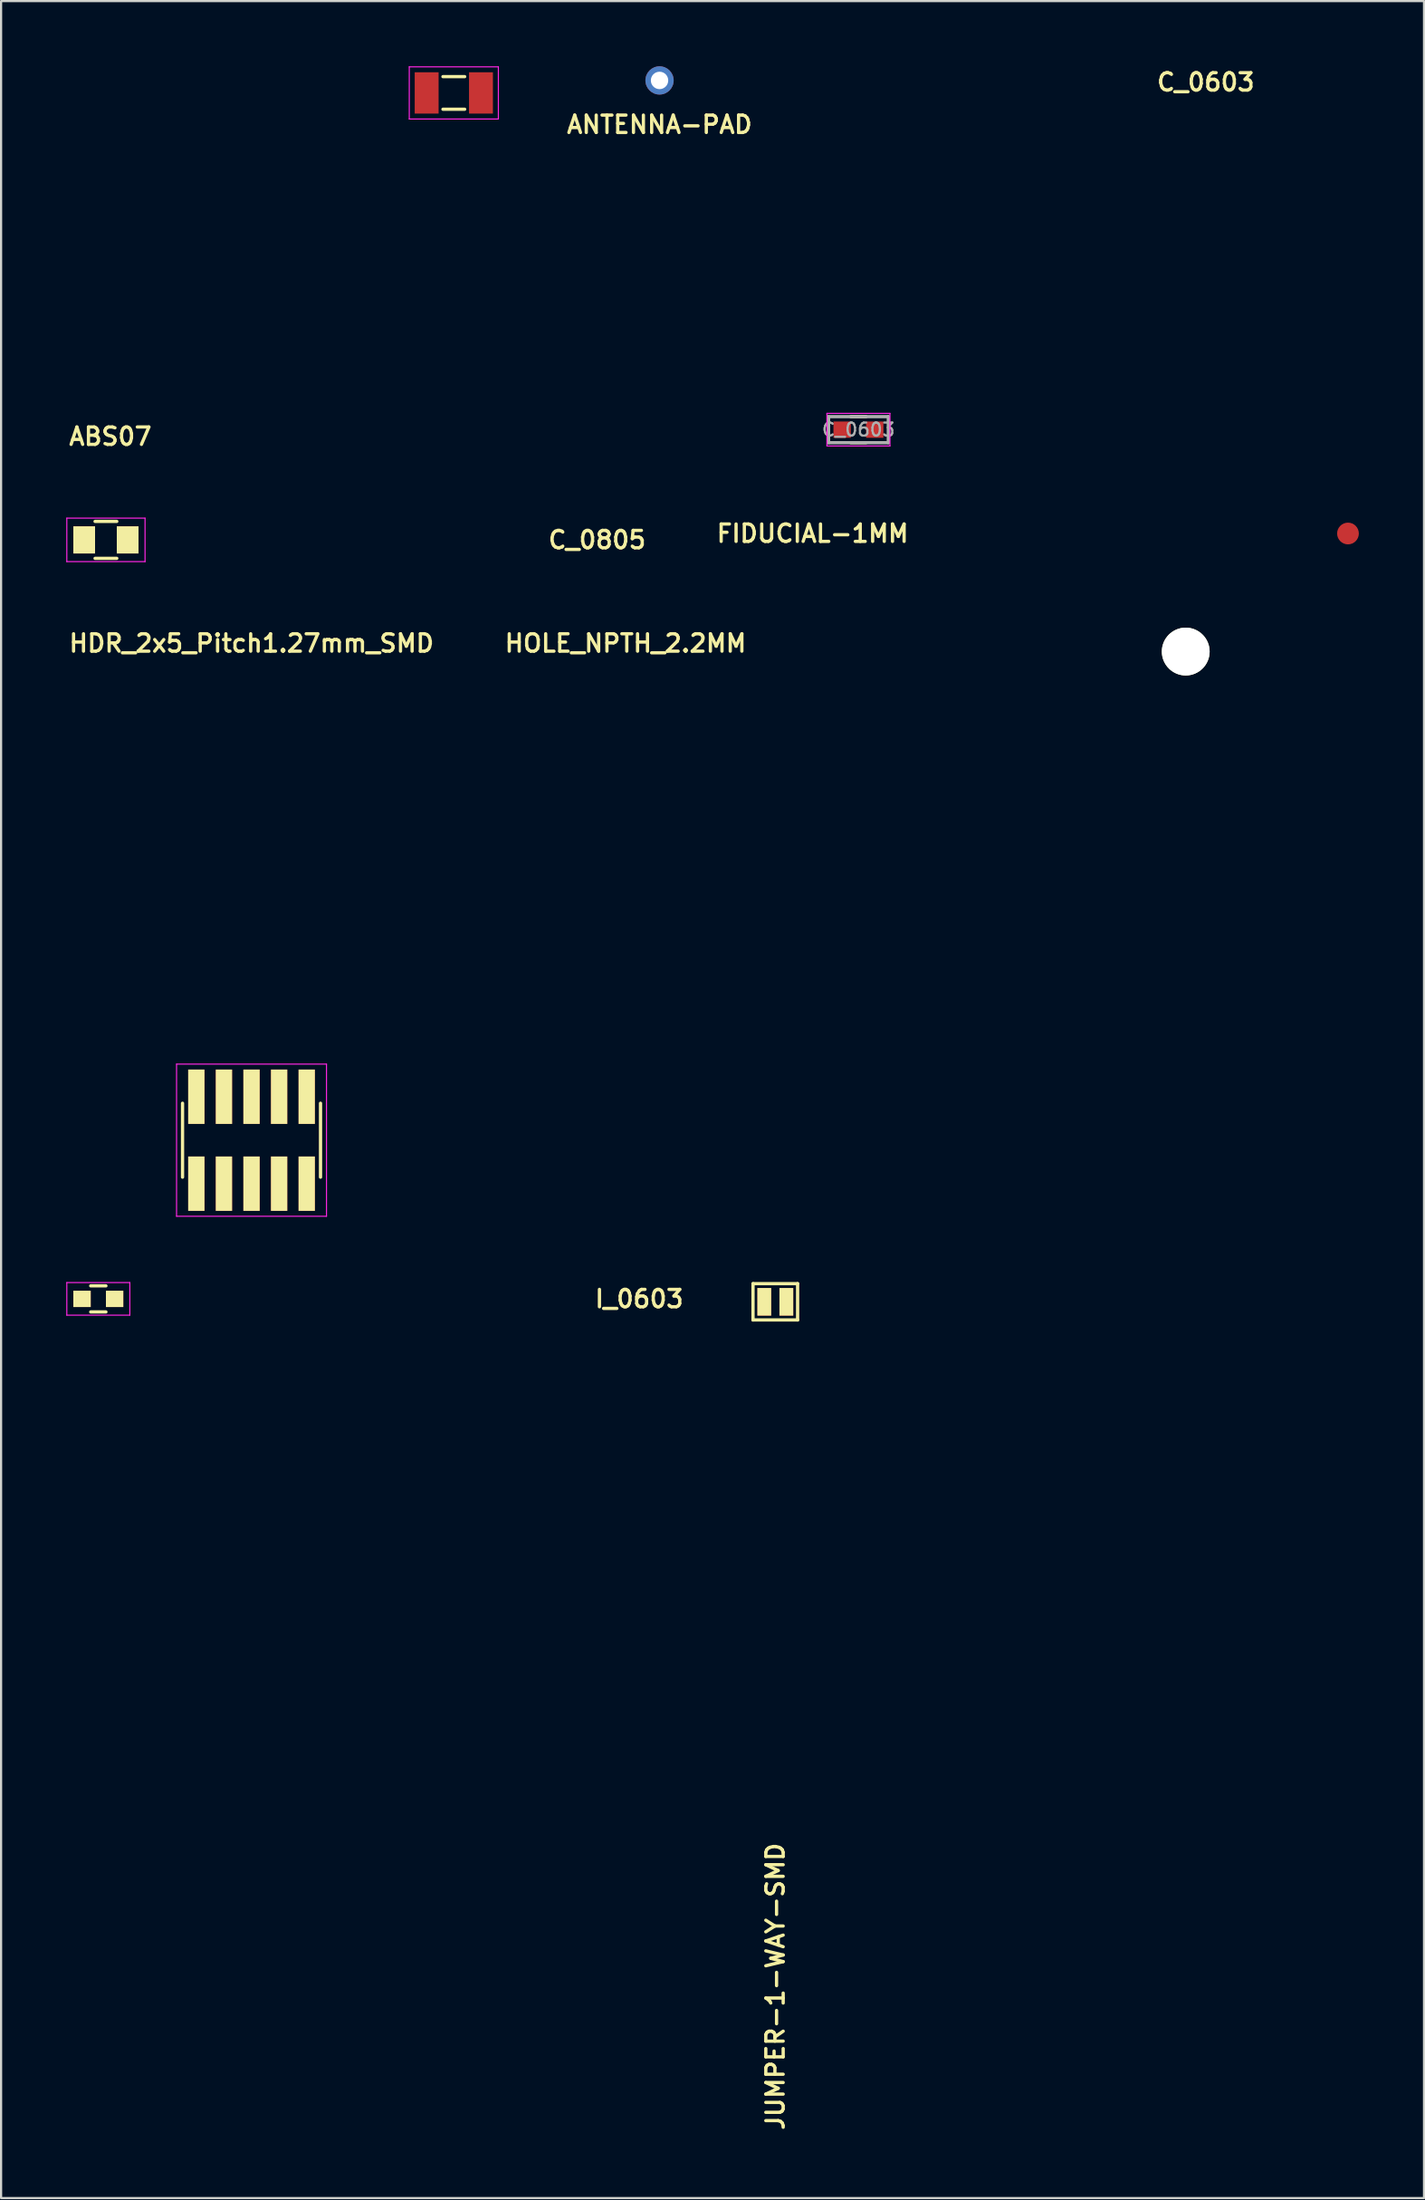
<source format=kicad_pcb>
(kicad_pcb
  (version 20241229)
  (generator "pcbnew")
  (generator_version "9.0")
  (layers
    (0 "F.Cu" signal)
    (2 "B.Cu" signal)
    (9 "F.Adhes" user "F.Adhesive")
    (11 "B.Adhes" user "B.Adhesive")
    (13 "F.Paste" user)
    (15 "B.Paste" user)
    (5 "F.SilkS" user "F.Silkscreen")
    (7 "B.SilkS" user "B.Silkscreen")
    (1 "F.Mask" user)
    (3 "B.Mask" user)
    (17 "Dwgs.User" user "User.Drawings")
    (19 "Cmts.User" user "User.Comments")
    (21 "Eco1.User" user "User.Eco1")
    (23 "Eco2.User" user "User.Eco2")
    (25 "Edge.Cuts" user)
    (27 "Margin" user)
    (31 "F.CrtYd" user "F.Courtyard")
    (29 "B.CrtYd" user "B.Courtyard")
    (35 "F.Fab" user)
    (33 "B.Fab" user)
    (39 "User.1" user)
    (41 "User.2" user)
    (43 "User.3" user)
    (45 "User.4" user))
  (footprint "FIDUCIAL-1MM"
    (layer "F.Cu")
    (at 58.988 21.493)
    (property "Reference" "FIDUCIAL-1MM" (at -24.638 0 0) (layer "F.SilkS") (effects (font (size 0.8 0.8) (thickness 0.15))))
    (attr exclude_from_pos_files exclude_from_bom)
    (pad "~" smd circle (at 0 0) (size 1 1) (layers "F.Cu" "F.Mask")))
  (footprint "ANTENNA-PAD"
    (layer "F.Cu")
    (at 27.304 0.65)
    (property "Reference" "ANTENNA-PAD" (at 0 2.032 0) (layer "F.SilkS") (effects (font (size 0.8 0.8) (thickness 0.15))))
    (attr through_hole)
    (pad "1" thru_hole circle (at 0 0) (size 1.3 1.3) (drill 0.8) (layers "*.Cu" "*.Mask")))
  (footprint "JUMPER-1-WAY-SMD"
    (layer "F.Cu")
    (at 32.632 56.838)
    (property "Reference" "JUMPER-1-WAY-SMD" (at 0 31.496 90) (layer "F.SilkS") (effects (font (size 0.8 0.8) (thickness 0.15))))
    (attr through_hole)
    (fp_line (start -1.026 -0.835) (end -1.026 0.835) (stroke (width 0.15) (type solid)) (layer "F.SilkS"))
    (fp_line (start -1.026 0.835) (end 1.026 0.835) (stroke (width 0.15) (type solid)) (layer "F.SilkS"))
    (fp_line (start 1.026 -0.835) (end -1.026 -0.835) (stroke (width 0.15) (type solid)) (layer "F.SilkS"))
    (fp_line (start 1.026 0.835) (end 1.026 -0.835) (stroke (width 0.15) (type solid)) (layer "F.SilkS"))
    (pad "1" smd rect (at -0.508 0) (size 0.635 1.27) (layers "F.Cu" "F.Mask" "F.SilkS"))
    (pad "2" smd rect (at 0.508 0) (size 0.635 1.27) (layers "F.Cu" "F.Mask" "F.SilkS")))
  (footprint "I_0603"
    (layer "F.Cu")
    (at 1.475 56.703)
    (property "Reference" "I_0603" (at 24.892 0 0) (layer "F.SilkS") (effects (font (size 0.8 0.8) (thickness 0.15))))
    (attr smd)
    (fp_line (start -0.35 -0.6) (end 0.35 -0.6) (stroke (width 0.15) (type solid)) (layer "F.SilkS"))
    (fp_line (start 0.35 0.6) (end -0.35 0.6) (stroke (width 0.15) (type solid)) (layer "F.SilkS"))
    (fp_line (start -1.45 -0.75) (end -1.45 0.75) (stroke (width 0.05) (type solid)) (layer "F.CrtYd"))
    (fp_line (start -1.45 -0.75) (end 1.45 -0.75) (stroke (width 0.05) (type solid)) (layer "F.CrtYd"))
    (fp_line (start -1.45 0.75) (end 1.45 0.75) (stroke (width 0.05) (type solid)) (layer "F.CrtYd"))
    (fp_line (start 1.45 -0.75) (end 1.45 0.75) (stroke (width 0.05) (type solid)) (layer "F.CrtYd"))
    (pad "1" smd rect (at -0.75 0) (size 0.8 0.75) (layers "F.Cu" "F.Mask" "F.SilkS" "F.Paste"))
    (pad "2" smd rect (at 0.75 0) (size 0.8 0.75) (layers "F.Cu" "F.Mask" "F.SilkS" "F.Paste")))
  (footprint "ABS07"
    (layer "F.Cu")
    (at 17.836 1.225)
    (property "Reference" "ABS07" (at -15.805 15.805 0) (layer "F.SilkS") (effects (font (size 0.8 0.8) (thickness 0.15))))
    (attr through_hole)
    (fp_line (start -0.5 -0.75) (end 0.5 -0.75) (stroke (width 0.15) (type solid)) (layer "F.SilkS"))
    (fp_line (start -0.5 0.75) (end 0.5 0.75) (stroke (width 0.15) (type solid)) (layer "F.SilkS"))
    (fp_line (start -2.05 -1.2) (end -2.05 1.2) (stroke (width 0.05) (type solid)) (layer "F.CrtYd"))
    (fp_line (start -2.05 1.2) (end 2.05 1.2) (stroke (width 0.05) (type solid)) (layer "F.CrtYd"))
    (fp_line (start 2.05 -1.2) (end -2.05 -1.2) (stroke (width 0.05) (type solid)) (layer "F.CrtYd"))
    (fp_line (start 2.05 1.2) (end 2.05 -1.2) (stroke (width 0.05) (type solid)) (layer "F.CrtYd"))
    (pad "1" smd rect (at -1.25 0) (size 1.1 1.9) (layers "F.Cu" "F.Mask" "F.Paste"))
    (pad "2" smd rect (at 1.25 0) (size 1.1 1.9) (layers "F.Cu" "F.Mask" "F.Paste")))
  (footprint "HOLE_NPTH_2.2MM"
    (layer "F.Cu")
    (at 51.521 26.924)
    (property "Reference" "HOLE_NPTH_2.2MM" (at -25.781 -0.381 0) (layer "F.SilkS") (effects (font (size 0.8 0.8) (thickness 0.15))))
    (attr through_hole)
    (pad "" np_thru_hole circle (at 0 0) (size 2.2 2.2) (drill 2.2) (layers "*.Cu" "*.Mask" "F.SilkS")))
  (footprint "HDR_2x5_Pitch1.27mm_SMD"
    (layer "F.Cu")
    (at 8.526 49.403)
    (property "Reference" "HDR_2x5_Pitch1.27mm_SMD" (at 0 -22.86 0) (layer "F.SilkS") (effects (font (size 0.8 0.8) (thickness 0.15))))
    (attr through_hole)
    (fp_line (start -3.175 -1.7) (end -3.175 1.7) (stroke (width 0.15) (type solid)) (layer "F.SilkS"))
    (fp_line (start 3.175 -1.7) (end 3.175 1.7) (stroke (width 0.15) (type solid)) (layer "F.SilkS"))
    (fp_line (start -3.45 -3.5) (end -3.45 3.5) (stroke (width 0.05) (type solid)) (layer "F.CrtYd"))
    (fp_line (start -3.45 3.5) (end 3.45 3.5) (stroke (width 0.05) (type solid)) (layer "F.CrtYd"))
    (fp_line (start 3.45 -3.5) (end -3.45 -3.5) (stroke (width 0.05) (type solid)) (layer "F.CrtYd"))
    (fp_line (start 3.45 -3.5) (end 3.45 3.5) (stroke (width 0.05) (type solid)) (layer "F.CrtYd"))
    (pad "1" smd rect (at -2.54 2) (size 0.75 2.5) (layers "F.Cu" "F.Mask" "F.SilkS" "F.Paste"))
    (pad "2" smd rect (at -2.54 -2) (size 0.75 2.5) (layers "F.Cu" "F.Mask" "F.SilkS" "F.Paste"))
    (pad "3" smd rect (at -1.27 2) (size 0.75 2.5) (layers "F.Cu" "F.Mask" "F.SilkS" "F.Paste"))
    (pad "4" smd rect (at -1.27 -2) (size 0.75 2.5) (layers "F.Cu" "F.Mask" "F.SilkS" "F.Paste"))
    (pad "5" smd rect (at 0 2) (size 0.75 2.5) (layers "F.Cu" "F.Mask" "F.SilkS" "F.Paste"))
    (pad "6" smd rect (at 0 -2) (size 0.75 2.5) (layers "F.Cu" "F.Mask" "F.SilkS" "F.Paste"))
    (pad "7" smd rect (at 1.27 2) (size 0.75 2.5) (layers "F.Cu" "F.Mask" "F.SilkS" "F.Paste"))
    (pad "8" smd rect (at 1.27 -2) (size 0.75 2.5) (layers "F.Cu" "F.Mask" "F.SilkS" "F.Paste"))
    (pad "9" smd rect (at 2.54 2) (size 0.75 2.5) (layers "F.Cu" "F.Mask" "F.SilkS" "F.Paste"))
    (pad "10" smd rect (at 2.54 -2) (size 0.75 2.5) (layers "F.Cu" "F.Mask" "F.SilkS" "F.Paste")))
  (footprint "C_0805"
    (layer "F.Cu")
    (at 1.825 21.787)
    (property "Reference" "C_0805" (at 22.606 0 180) (layer "F.SilkS") (effects (font (size 0.8 0.8) (thickness 0.15))))
    (attr smd)
    (fp_line (start -0.5 0.85) (end 0.5 0.85) (stroke (width 0.15) (type solid)) (layer "F.SilkS"))
    (fp_line (start 0.5 -0.85) (end -0.5 -0.85) (stroke (width 0.15) (type solid)) (layer "F.SilkS"))
    (fp_line (start -1.8 -1) (end -1.8 1) (stroke (width 0.05) (type solid)) (layer "F.CrtYd"))
    (fp_line (start -1.8 -1) (end 1.8 -1) (stroke (width 0.05) (type solid)) (layer "F.CrtYd"))
    (fp_line (start -1.8 1) (end 1.8 1) (stroke (width 0.05) (type solid)) (layer "F.CrtYd"))
    (fp_line (start 1.8 -1) (end 1.8 1) (stroke (width 0.05) (type solid)) (layer "F.CrtYd"))
    (pad "1" smd rect (at -1 0) (size 1 1.25) (layers "F.Cu" "F.Mask" "F.SilkS" "F.Paste"))
    (pad "2" smd rect (at 1 0) (size 1 1.25) (layers "F.Cu" "F.Mask" "F.SilkS" "F.Paste")))
  (footprint "C_0603"
    (layer "F.Cu")
    (at 36.458 16.716)
    (property "Reference" "C_0603" (at 15.985 -15.985 0) (layer "F.SilkS") (effects (font (size 0.8 0.8) (thickness 0.15))))
    (attr smd)
    (fp_line (start -0.35 -0.6) (end 0.35 -0.6) (stroke (width 0.15) (type solid)) (layer "F.SilkS"))
    (fp_line (start 0.35 0.6) (end -0.35 0.6) (stroke (width 0.15) (type solid)) (layer "F.SilkS"))
    (fp_line (start -1.45 -0.75) (end -1.45 0.75) (stroke (width 0.05) (type solid)) (layer "F.CrtYd"))
    (fp_line (start -1.45 -0.75) (end 1.45 -0.75) (stroke (width 0.05) (type solid)) (layer "F.CrtYd"))
    (fp_line (start -1.45 0.75) (end 1.45 0.75) (stroke (width 0.05) (type solid)) (layer "F.CrtYd"))
    (fp_line (start 1.45 -0.75) (end 1.45 0.75) (stroke (width 0.05) (type solid)) (layer "F.CrtYd"))
    (fp_line (start -1.375 -0.6) (end 1.375 -0.6) (stroke (width 0.15) (type solid)) (layer "F.Fab"))
    (fp_line (start -1.375 0.6) (end -1.375 -0.6) (stroke (width 0.15) (type solid)) (layer "F.Fab"))
    (fp_line (start 1.375 -0.6) (end 1.375 0.6) (stroke (width 0.15) (type solid)) (layer "F.Fab"))
    (fp_line (start 1.375 0.6) (end -1.375 0.6) (stroke (width 0.15) (type solid)) (layer "F.Fab"))
    (fp_text user "${REFERENCE}" (at 0 0 0) (layer "F.Fab") (effects (font (size 0.6 0.6) (thickness 0.1))))
    (pad "1" smd rect (at -0.75 0) (size 0.8 0.75) (layers "F.Cu" "F.Mask" "F.Paste"))
    (pad "2" smd rect (at 0.75 0) (size 0.8 0.75) (layers "F.Cu" "F.Mask" "F.Paste")))
  (gr_rect
    (start -3 -3)
    (end 62.488 98.069)
    (stroke (width 0.1) (type default))
    (fill no)
    (layer "Edge.Cuts")))
</source>
